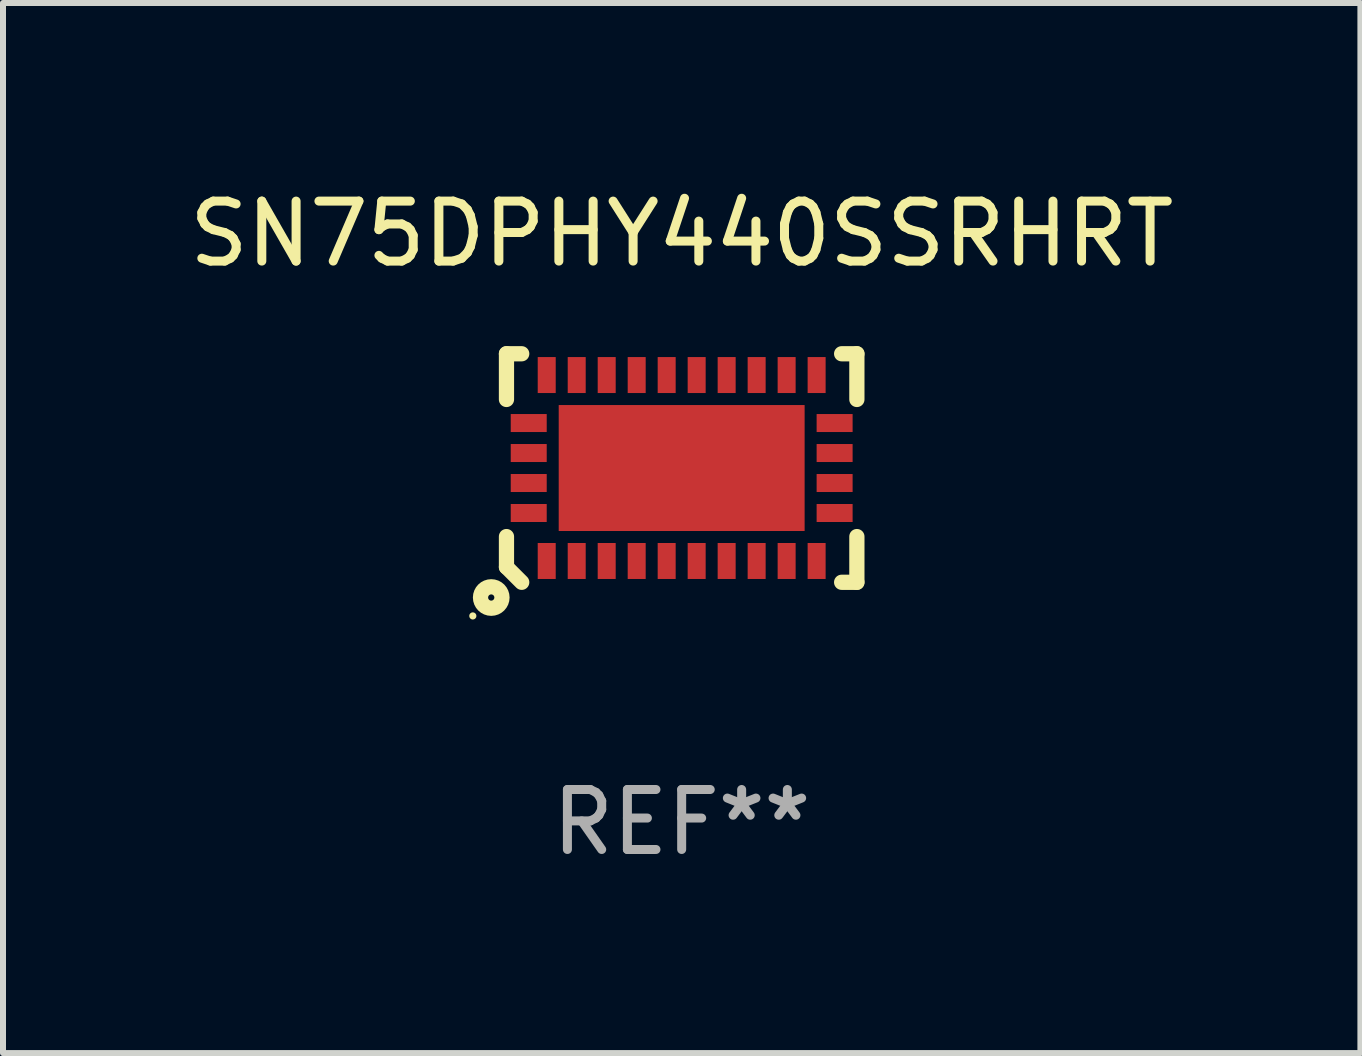
<source format=kicad_pcb>
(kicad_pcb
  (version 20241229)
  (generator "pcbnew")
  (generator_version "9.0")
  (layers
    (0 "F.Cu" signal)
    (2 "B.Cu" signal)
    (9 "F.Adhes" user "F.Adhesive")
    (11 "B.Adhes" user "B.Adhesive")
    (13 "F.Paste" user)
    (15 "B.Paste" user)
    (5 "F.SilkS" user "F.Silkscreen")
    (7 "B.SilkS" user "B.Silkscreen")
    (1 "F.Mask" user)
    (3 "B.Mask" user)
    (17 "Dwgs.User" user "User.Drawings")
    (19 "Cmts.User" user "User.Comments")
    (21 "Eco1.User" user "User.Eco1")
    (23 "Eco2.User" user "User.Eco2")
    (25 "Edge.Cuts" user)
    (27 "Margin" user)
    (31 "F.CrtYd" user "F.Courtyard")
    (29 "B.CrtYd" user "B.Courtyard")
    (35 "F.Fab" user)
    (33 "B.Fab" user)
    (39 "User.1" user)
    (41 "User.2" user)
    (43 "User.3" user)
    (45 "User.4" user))
  (footprint "SN75DPHY440SSRHRT"
    (layer "F.Cu")
    (at 8.315 4.753)
    (property "Reference" "SN75DPHY440SSRHRT" (at 0 -3.905 0) (layer "F.SilkS") (effects (font (size 1 1) (thickness 0.15))))
    (attr through_hole)
    (fp_line (start -2.921 -1.905) (end -2.667 -1.905) (stroke (width 0.254) (type solid)) (layer "F.SilkS"))
    (fp_line (start -2.921 -1.143) (end -2.921 -1.905) (stroke (width 0.254) (type solid)) (layer "F.SilkS"))
    (fp_line (start -2.921 1.143) (end -2.921 1.651) (stroke (width 0.254) (type solid)) (layer "F.SilkS"))
    (fp_line (start -2.921 1.651) (end -2.667 1.905) (stroke (width 0.254) (type solid)) (layer "F.SilkS"))
    (fp_line (start 2.667 -1.905) (end 2.921 -1.905) (stroke (width 0.254) (type solid)) (layer "F.SilkS"))
    (fp_line (start 2.921 -1.905) (end 2.921 -1.143) (stroke (width 0.254) (type solid)) (layer "F.SilkS"))
    (fp_line (start 2.921 1.143) (end 2.921 1.905) (stroke (width 0.254) (type solid)) (layer "F.SilkS"))
    (fp_line (start 2.921 1.905) (end 2.667 1.905) (stroke (width 0.254) (type solid)) (layer "F.SilkS"))
    (fp_circle (center -3.482 2.466) (end -3.452 2.466) (stroke (width 0.06) (type solid)) (fill no) (layer "F.SilkS"))
    (fp_circle (center -3.175 2.159) (end -2.996 2.159) (stroke (width 0.254) (type solid)) (fill no) (layer "F.SilkS"))
    (fp_text user "REF**" (at 0 5.905 0) (layer "F.Fab") (effects (font (size 1 1) (thickness 0.15))))
    (pad "1" smd rect (at -2.25 1.55) (size 0.3 0.6) (layers "F.Cu" "F.Mask" "F.Paste"))
    (pad "2" smd rect (at -1.75 1.55) (size 0.3 0.6) (layers "F.Cu" "F.Mask" "F.Paste"))
    (pad "3" smd rect (at -1.25 1.55) (size 0.3 0.6) (layers "F.Cu" "F.Mask" "F.Paste"))
    (pad "4" smd rect (at -0.75 1.55) (size 0.3 0.6) (layers "F.Cu" "F.Mask" "F.Paste"))
    (pad "5" smd rect (at -0.25 1.55) (size 0.3 0.6) (layers "F.Cu" "F.Mask" "F.Paste"))
    (pad "6" smd rect (at 0.25 1.55) (size 0.3 0.6) (layers "F.Cu" "F.Mask" "F.Paste"))
    (pad "7" smd rect (at 0.75 1.55) (size 0.3 0.6) (layers "F.Cu" "F.Mask" "F.Paste"))
    (pad "8" smd rect (at 1.25 1.55) (size 0.3 0.6) (layers "F.Cu" "F.Mask" "F.Paste"))
    (pad "9" smd rect (at 1.75 1.55) (size 0.3 0.6) (layers "F.Cu" "F.Mask" "F.Paste"))
    (pad "10" smd rect (at 2.25 1.55) (size 0.3 0.6) (layers "F.Cu" "F.Mask" "F.Paste"))
    (pad "11" smd rect (at 2.55 0.75 90) (size 0.3 0.6) (layers "F.Cu" "F.Mask" "F.Paste"))
    (pad "12" smd rect (at 2.55 0.25 90) (size 0.3 0.6) (layers "F.Cu" "F.Mask" "F.Paste"))
    (pad "13" smd rect (at 2.55 -0.25 90) (size 0.3 0.6) (layers "F.Cu" "F.Mask" "F.Paste"))
    (pad "14" smd rect (at 2.55 -0.75 90) (size 0.3 0.6) (layers "F.Cu" "F.Mask" "F.Paste"))
    (pad "15" smd rect (at 2.25 -1.55) (size 0.3 0.6) (layers "F.Cu" "F.Mask" "F.Paste"))
    (pad "16" smd rect (at 1.75 -1.55) (size 0.3 0.6) (layers "F.Cu" "F.Mask" "F.Paste"))
    (pad "17" smd rect (at 1.25 -1.55) (size 0.3 0.6) (layers "F.Cu" "F.Mask" "F.Paste"))
    (pad "18" smd rect (at 0.75 -1.55) (size 0.3 0.6) (layers "F.Cu" "F.Mask" "F.Paste"))
    (pad "19" smd rect (at 0.25 -1.55) (size 0.3 0.6) (layers "F.Cu" "F.Mask" "F.Paste"))
    (pad "20" smd rect (at -0.25 -1.55) (size 0.3 0.6) (layers "F.Cu" "F.Mask" "F.Paste"))
    (pad "21" smd rect (at -0.75 -1.55) (size 0.3 0.6) (layers "F.Cu" "F.Mask" "F.Paste"))
    (pad "22" smd rect (at -1.25 -1.55) (size 0.3 0.6) (layers "F.Cu" "F.Mask" "F.Paste"))
    (pad "23" smd rect (at -1.75 -1.55) (size 0.3 0.6) (layers "F.Cu" "F.Mask" "F.Paste"))
    (pad "24" smd rect (at -2.25 -1.55) (size 0.3 0.6) (layers "F.Cu" "F.Mask" "F.Paste"))
    (pad "25" smd rect (at -2.55 -0.75 270) (size 0.3 0.6) (layers "F.Cu" "F.Mask" "F.Paste"))
    (pad "26" smd rect (at -2.55 -0.25 270) (size 0.3 0.6) (layers "F.Cu" "F.Mask" "F.Paste"))
    (pad "27" smd rect (at -2.55 0.25 270) (size 0.3 0.6) (layers "F.Cu" "F.Mask" "F.Paste"))
    (pad "28" smd rect (at -2.55 0.75 270) (size 0.3 0.6) (layers "F.Cu" "F.Mask" "F.Paste"))
    (pad "29" smd rect (at -0.000076 0.000102 270) (size 2.1 4.1) (layers "F.Cu" "F.Mask" "F.Paste")))
  (gr_rect
    (start -3 -3)
    (end 19.631 14.507)
    (stroke (width 0.1) (type default))
    (fill no)
    (layer "Edge.Cuts")))
</source>
